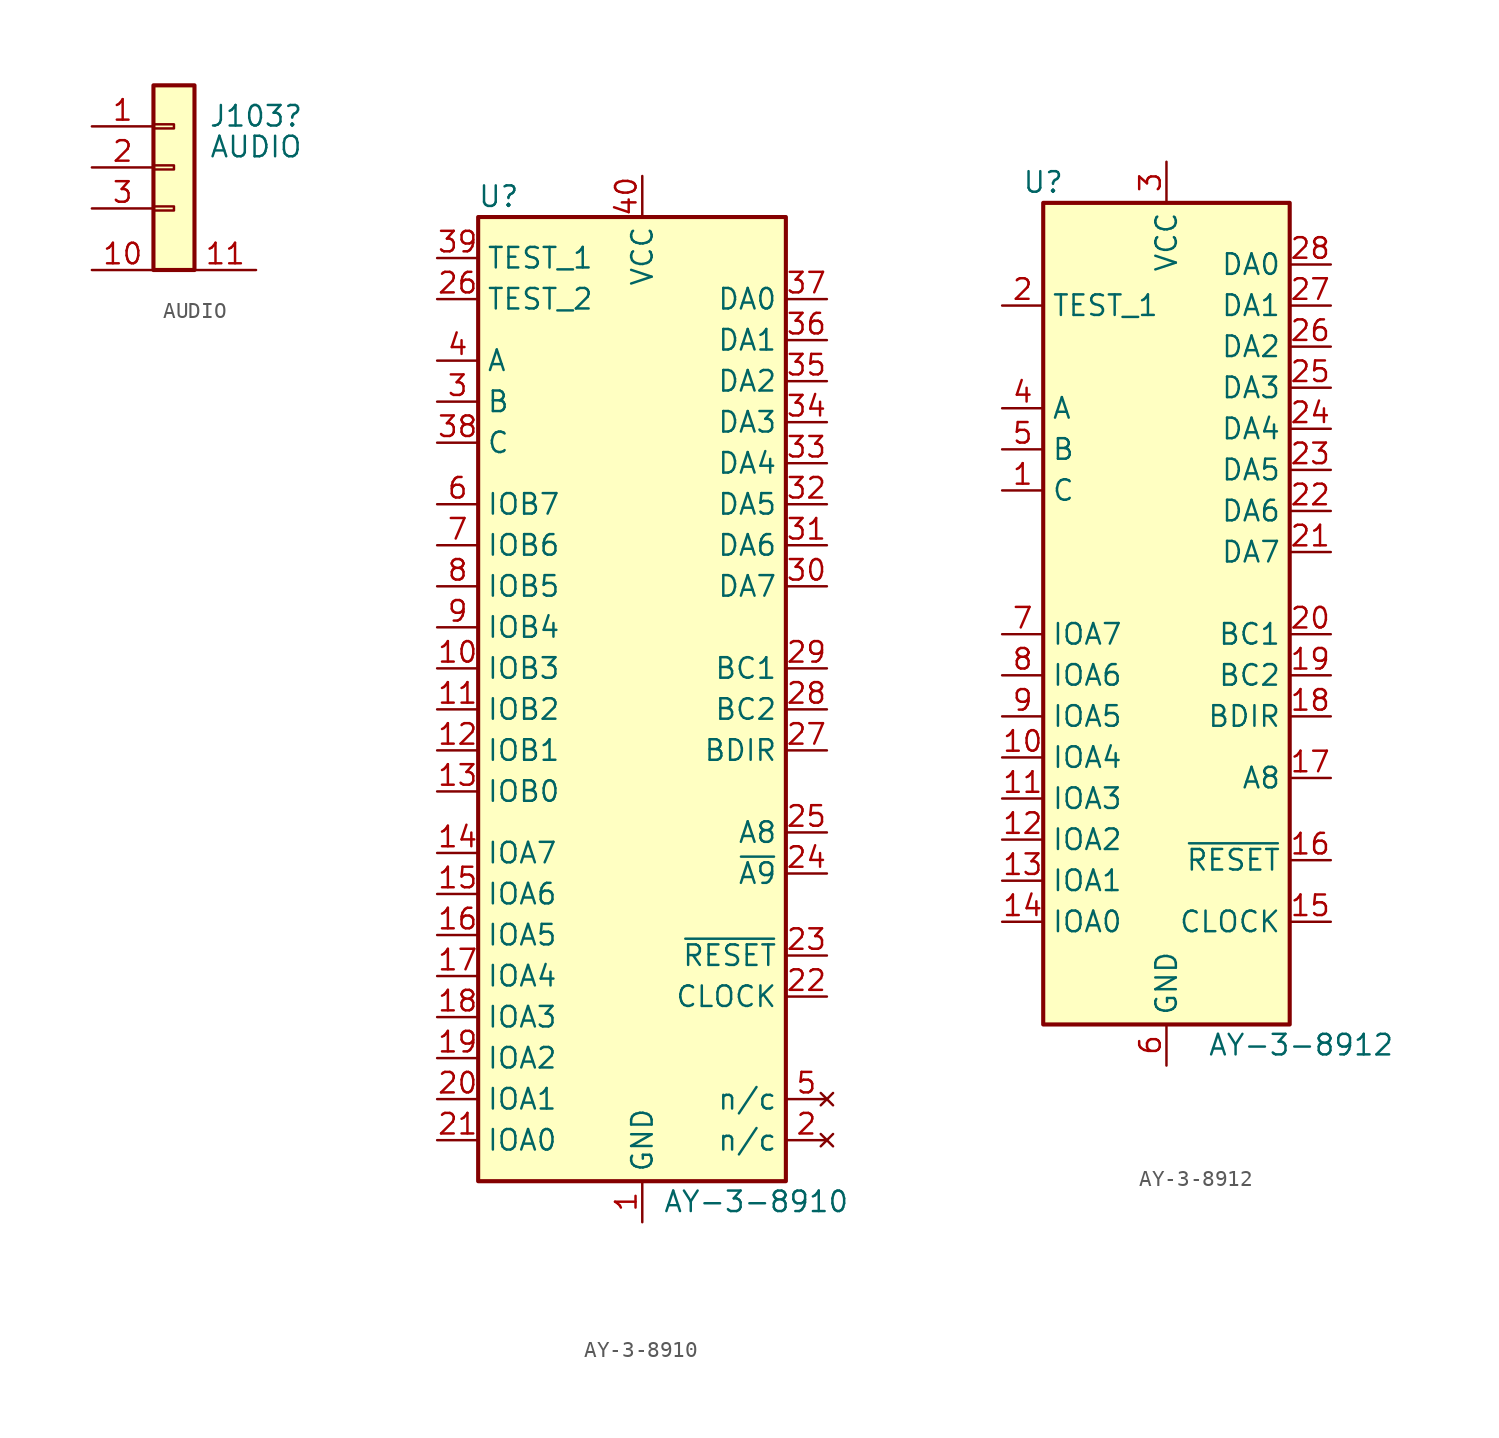
<source format=kicad_sym>
(kicad_symbol_lib
  (version 20231120)
  (generator "kicad_symbol_editor")
  (generator_version "8.0")
  (symbol "AUDIO"
    (pin_names
      (offset 1.016) hide)
    (property "Reference" "J103"
      (at 5.08 3.175 0)
      (effects (font (size 1.27 1.27))))
    (property "Value" "AUDIO"
      (at 5.08 1.27 0)
      (effects (font (size 1.27 1.27))))
    (symbol "AUDIO_1_1"
      (rectangle (start -1.27 -2.413) (end 0 -2.667) (stroke (width 0.152) (type default)) (fill (type none)))
      (rectangle (start -1.27 0.127) (end 0 -0.127) (stroke (width 0.152) (type default)) (fill (type none)))
      (rectangle (start -1.27 2.667) (end 0 2.413) (stroke (width 0.152) (type default)) (fill (type none)))
      (rectangle (start -1.27 5.08) (end 1.27 -6.35) (stroke (width 0.254) (type default)) (fill (type background)))
      (pin passive line (at -5.08 2.54 0) (length 3.81) (name "1" (effects (font (size 1.27 1.27)))) (number "1" (effects (font (size 1.27 1.27)))))
      (pin passive line (at -5.08 -6.35 0) (length 3.81) (name "10" (effects (font (size 1.27 1.27)))) (number "10" (effects (font (size 1.27 1.27)))))
      (pin passive line (at 5.08 -6.35 180) (length 3.81) (name "11" (effects (font (size 1.27 1.27)))) (number "11" (effects (font (size 1.27 1.27)))))
      (pin passive line (at -5.08 0 0) (length 3.81) (name "2" (effects (font (size 1.27 1.27)))) (number "2" (effects (font (size 1.27 1.27)))))
      (pin passive line (at -5.08 -2.54 0) (length 3.81) (name "Ground" (effects (font (size 1.27 1.27)))) (number "3" (effects (font (size 1.27 1.27)))))))
  (symbol "AY-3-8910"
    (property "Reference" "U"
      (at -8.89 31.75 0)
      (effects (font (size 1.27 1.27))))
    (property "Value" "AY-3-8910"
      (at 1.27 -30.48 0)
      (effects (font (size 1.27 1.27)) (justify left)))
    (symbol "AY-3-8910_1_1"
      (rectangle (start -10.16 30.48) (end 8.89 -29.21) (stroke (width 0.254) (type default)) (fill (type background)))
      (pin power_in line (at 0 -31.75 90) (length 2.54) (name "GND" (effects (font (size 1.27 1.27)))) (number "1" (effects (font (size 1.27 1.27)))))
      (pin input line (at -12.7 2.54 0) (length 2.54) (name "IOB3" (effects (font (size 1.27 1.27)))) (number "10" (effects (font (size 1.27 1.27)))))
      (pin input line (at -12.7 0 0) (length 2.54) (name "IOB2" (effects (font (size 1.27 1.27)))) (number "11" (effects (font (size 1.27 1.27)))))
      (pin input line (at -12.7 -2.54 0) (length 2.54) (name "IOB1" (effects (font (size 1.27 1.27)))) (number "12" (effects (font (size 1.27 1.27)))))
      (pin input line (at -12.7 -5.08 0) (length 2.54) (name "IOB0" (effects (font (size 1.27 1.27)))) (number "13" (effects (font (size 1.27 1.27)))))
      (pin input line (at -12.7 -8.89 0) (length 2.54) (name "IOA7" (effects (font (size 1.27 1.27)))) (number "14" (effects (font (size 1.27 1.27)))))
      (pin input line (at -12.7 -11.43 0) (length 2.54) (name "IOA6" (effects (font (size 1.27 1.27)))) (number "15" (effects (font (size 1.27 1.27)))))
      (pin input line (at -12.7 -13.97 0) (length 2.54) (name "IOA5" (effects (font (size 1.27 1.27)))) (number "16" (effects (font (size 1.27 1.27)))))
      (pin input line (at -12.7 -16.51 0) (length 2.54) (name "IOA4" (effects (font (size 1.27 1.27)))) (number "17" (effects (font (size 1.27 1.27)))))
      (pin input line (at -12.7 -19.05 0) (length 2.54) (name "IOA3" (effects (font (size 1.27 1.27)))) (number "18" (effects (font (size 1.27 1.27)))))
      (pin input line (at -12.7 -21.59 0) (length 2.54) (name "IOA2" (effects (font (size 1.27 1.27)))) (number "19" (effects (font (size 1.27 1.27)))))
      (pin no_connect line (at 11.43 -26.67 180) (length 2.54) (name "n/c" (effects (font (size 1.27 1.27)))) (number "2" (effects (font (size 1.27 1.27)))))
      (pin input line (at -12.7 -24.13 0) (length 2.54) (name "IOA1" (effects (font (size 1.27 1.27)))) (number "20" (effects (font (size 1.27 1.27)))))
      (pin input line (at -12.7 -26.67 0) (length 2.54) (name "IOA0" (effects (font (size 1.27 1.27)))) (number "21" (effects (font (size 1.27 1.27)))))
      (pin input line (at 11.43 -17.78 180) (length 2.54) (name "CLOCK" (effects (font (size 1.27 1.27)))) (number "22" (effects (font (size 1.27 1.27)))))
      (pin input line (at 11.43 -15.24 180) (length 2.54) (name "~{RESET}" (effects (font (size 1.27 1.27)))) (number "23" (effects (font (size 1.27 1.27)))))
      (pin input line (at 11.43 -10.16 180) (length 2.54) (name "~{A9}" (effects (font (size 1.27 1.27)))) (number "24" (effects (font (size 1.27 1.27)))))
      (pin input line (at 11.43 -7.62 180) (length 2.54) (name "A8" (effects (font (size 1.27 1.27)))) (number "25" (effects (font (size 1.27 1.27)))))
      (pin passive line (at -12.7 25.4 0) (length 2.54) (name "TEST_2" (effects (font (size 1.27 1.27)))) (number "26" (effects (font (size 1.27 1.27)))))
      (pin input line (at 11.43 -2.54 180) (length 2.54) (name "BDIR" (effects (font (size 1.27 1.27)))) (number "27" (effects (font (size 1.27 1.27)))))
      (pin input line (at 11.43 0 180) (length 2.54) (name "BC2" (effects (font (size 1.27 1.27)))) (number "28" (effects (font (size 1.27 1.27)))))
      (pin input line (at 11.43 2.54 180) (length 2.54) (name "BC1" (effects (font (size 1.27 1.27)))) (number "29" (effects (font (size 1.27 1.27)))))
      (pin output line (at -12.7 19.05 0) (length 2.54) (name "B" (effects (font (size 1.27 1.27)))) (number "3" (effects (font (size 1.27 1.27)))))
      (pin tri_state line (at 11.43 7.62 180) (length 2.54) (name "DA7" (effects (font (size 1.27 1.27)))) (number "30" (effects (font (size 1.27 1.27)))))
      (pin tri_state line (at 11.43 10.16 180) (length 2.54) (name "DA6" (effects (font (size 1.27 1.27)))) (number "31" (effects (font (size 1.27 1.27)))))
      (pin tri_state line (at 11.43 12.7 180) (length 2.54) (name "DA5" (effects (font (size 1.27 1.27)))) (number "32" (effects (font (size 1.27 1.27)))))
      (pin tri_state line (at 11.43 15.24 180) (length 2.54) (name "DA4" (effects (font (size 1.27 1.27)))) (number "33" (effects (font (size 1.27 1.27)))))
      (pin tri_state line (at 11.43 17.78 180) (length 2.54) (name "DA3" (effects (font (size 1.27 1.27)))) (number "34" (effects (font (size 1.27 1.27)))))
      (pin tri_state line (at 11.43 20.32 180) (length 2.54) (name "DA2" (effects (font (size 1.27 1.27)))) (number "35" (effects (font (size 1.27 1.27)))))
      (pin tri_state line (at 11.43 22.86 180) (length 2.54) (name "DA1" (effects (font (size 1.27 1.27)))) (number "36" (effects (font (size 1.27 1.27)))))
      (pin tri_state line (at 11.43 25.4 180) (length 2.54) (name "DA0" (effects (font (size 1.27 1.27)))) (number "37" (effects (font (size 1.27 1.27)))))
      (pin output line (at -12.7 16.51 0) (length 2.54) (name "C" (effects (font (size 1.27 1.27)))) (number "38" (effects (font (size 1.27 1.27)))))
      (pin passive line (at -12.7 27.94 0) (length 2.54) (name "TEST_1" (effects (font (size 1.27 1.27)))) (number "39" (effects (font (size 1.27 1.27)))))
      (pin output line (at -12.7 21.59 0) (length 2.54) (name "A" (effects (font (size 1.27 1.27)))) (number "4" (effects (font (size 1.27 1.27)))))
      (pin power_in line (at 0 33.02 270) (length 2.54) (name "VCC" (effects (font (size 1.27 1.27)))) (number "40" (effects (font (size 1.27 1.27)))))
      (pin no_connect line (at 11.43 -24.13 180) (length 2.54) (name "n/c" (effects (font (size 1.27 1.27)))) (number "5" (effects (font (size 1.27 1.27)))))
      (pin input line (at -12.7 12.7 0) (length 2.54) (name "IOB7" (effects (font (size 1.27 1.27)))) (number "6" (effects (font (size 1.27 1.27)))))
      (pin input line (at -12.7 10.16 0) (length 2.54) (name "IOB6" (effects (font (size 1.27 1.27)))) (number "7" (effects (font (size 1.27 1.27)))))
      (pin input line (at -12.7 7.62 0) (length 2.54) (name "IOB5" (effects (font (size 1.27 1.27)))) (number "8" (effects (font (size 1.27 1.27)))))
      (pin input line (at -12.7 5.08 0) (length 2.54) (name "IOB4" (effects (font (size 1.27 1.27)))) (number "9" (effects (font (size 1.27 1.27)))))))
  (symbol "AY-3-8912"
    (property "Reference" "U"
      (at -7.62 26.67 0)
      (effects (font (size 1.27 1.27))))
    (property "Value" "AY-3-8912"
      (at 2.54 -26.67 0)
      (effects (font (size 1.27 1.27)) (justify left)))
    (symbol "AY-3-8912_1_1"
      (rectangle (start -7.62 25.4) (end 7.62 -25.4) (stroke (width 0.254) (type default)) (fill (type background)))
      (pin output line (at -10.16 7.62 0) (length 2.54) (name "C" (effects (font (size 1.27 1.27)))) (number "1" (effects (font (size 1.27 1.27)))))
      (pin input line (at -10.16 -8.89 0) (length 2.54) (name "IOA4" (effects (font (size 1.27 1.27)))) (number "10" (effects (font (size 1.27 1.27)))))
      (pin input line (at -10.16 -11.43 0) (length 2.54) (name "IOA3" (effects (font (size 1.27 1.27)))) (number "11" (effects (font (size 1.27 1.27)))))
      (pin input line (at -10.16 -13.97 0) (length 2.54) (name "IOA2" (effects (font (size 1.27 1.27)))) (number "12" (effects (font (size 1.27 1.27)))))
      (pin input line (at -10.16 -16.51 0) (length 2.54) (name "IOA1" (effects (font (size 1.27 1.27)))) (number "13" (effects (font (size 1.27 1.27)))))
      (pin input line (at -10.16 -19.05 0) (length 2.54) (name "IOA0" (effects (font (size 1.27 1.27)))) (number "14" (effects (font (size 1.27 1.27)))))
      (pin input line (at 10.16 -19.05 180) (length 2.54) (name "CLOCK" (effects (font (size 1.27 1.27)))) (number "15" (effects (font (size 1.27 1.27)))))
      (pin input line (at 10.16 -15.24 180) (length 2.54) (name "~{RESET}" (effects (font (size 1.27 1.27)))) (number "16" (effects (font (size 1.27 1.27)))))
      (pin input line (at 10.16 -10.16 180) (length 2.54) (name "A8" (effects (font (size 1.27 1.27)))) (number "17" (effects (font (size 1.27 1.27)))))
      (pin input line (at 10.16 -6.35 180) (length 2.54) (name "BDIR" (effects (font (size 1.27 1.27)))) (number "18" (effects (font (size 1.27 1.27)))))
      (pin input line (at 10.16 -3.81 180) (length 2.54) (name "BC2" (effects (font (size 1.27 1.27)))) (number "19" (effects (font (size 1.27 1.27)))))
      (pin passive line (at -10.16 19.05 0) (length 2.54) (name "TEST_1" (effects (font (size 1.27 1.27)))) (number "2" (effects (font (size 1.27 1.27)))))
      (pin input line (at 10.16 -1.27 180) (length 2.54) (name "BC1" (effects (font (size 1.27 1.27)))) (number "20" (effects (font (size 1.27 1.27)))))
      (pin tri_state line (at 10.16 3.81 180) (length 2.54) (name "DA7" (effects (font (size 1.27 1.27)))) (number "21" (effects (font (size 1.27 1.27)))))
      (pin tri_state line (at 10.16 6.35 180) (length 2.54) (name "DA6" (effects (font (size 1.27 1.27)))) (number "22" (effects (font (size 1.27 1.27)))))
      (pin tri_state line (at 10.16 8.89 180) (length 2.54) (name "DA5" (effects (font (size 1.27 1.27)))) (number "23" (effects (font (size 1.27 1.27)))))
      (pin tri_state line (at 10.16 11.43 180) (length 2.54) (name "DA4" (effects (font (size 1.27 1.27)))) (number "24" (effects (font (size 1.27 1.27)))))
      (pin tri_state line (at 10.16 13.97 180) (length 2.54) (name "DA3" (effects (font (size 1.27 1.27)))) (number "25" (effects (font (size 1.27 1.27)))))
      (pin tri_state line (at 10.16 16.51 180) (length 2.54) (name "DA2" (effects (font (size 1.27 1.27)))) (number "26" (effects (font (size 1.27 1.27)))))
      (pin tri_state line (at 10.16 19.05 180) (length 2.54) (name "DA1" (effects (font (size 1.27 1.27)))) (number "27" (effects (font (size 1.27 1.27)))))
      (pin tri_state line (at 10.16 21.59 180) (length 2.54) (name "DA0" (effects (font (size 1.27 1.27)))) (number "28" (effects (font (size 1.27 1.27)))))
      (pin power_in line (at 0 27.94 270) (length 2.54) (name "VCC" (effects (font (size 1.27 1.27)))) (number "3" (effects (font (size 1.27 1.27)))))
      (pin output line (at -10.16 12.7 0) (length 2.54) (name "A" (effects (font (size 1.27 1.27)))) (number "4" (effects (font (size 1.27 1.27)))))
      (pin output line (at -10.16 10.16 0) (length 2.54) (name "B" (effects (font (size 1.27 1.27)))) (number "5" (effects (font (size 1.27 1.27)))))
      (pin power_in line (at 0 -27.94 90) (length 2.54) (name "GND" (effects (font (size 1.27 1.27)))) (number "6" (effects (font (size 1.27 1.27)))))
      (pin input line (at -10.16 -1.27 0) (length 2.54) (name "IOA7" (effects (font (size 1.27 1.27)))) (number "7" (effects (font (size 1.27 1.27)))))
      (pin input line (at -10.16 -3.81 0) (length 2.54) (name "IOA6" (effects (font (size 1.27 1.27)))) (number "8" (effects (font (size 1.27 1.27)))))
      (pin input line (at -10.16 -6.35 0) (length 2.54) (name "IOA5" (effects (font (size 1.27 1.27)))) (number "9" (effects (font (size 1.27 1.27))))))))
</source>
